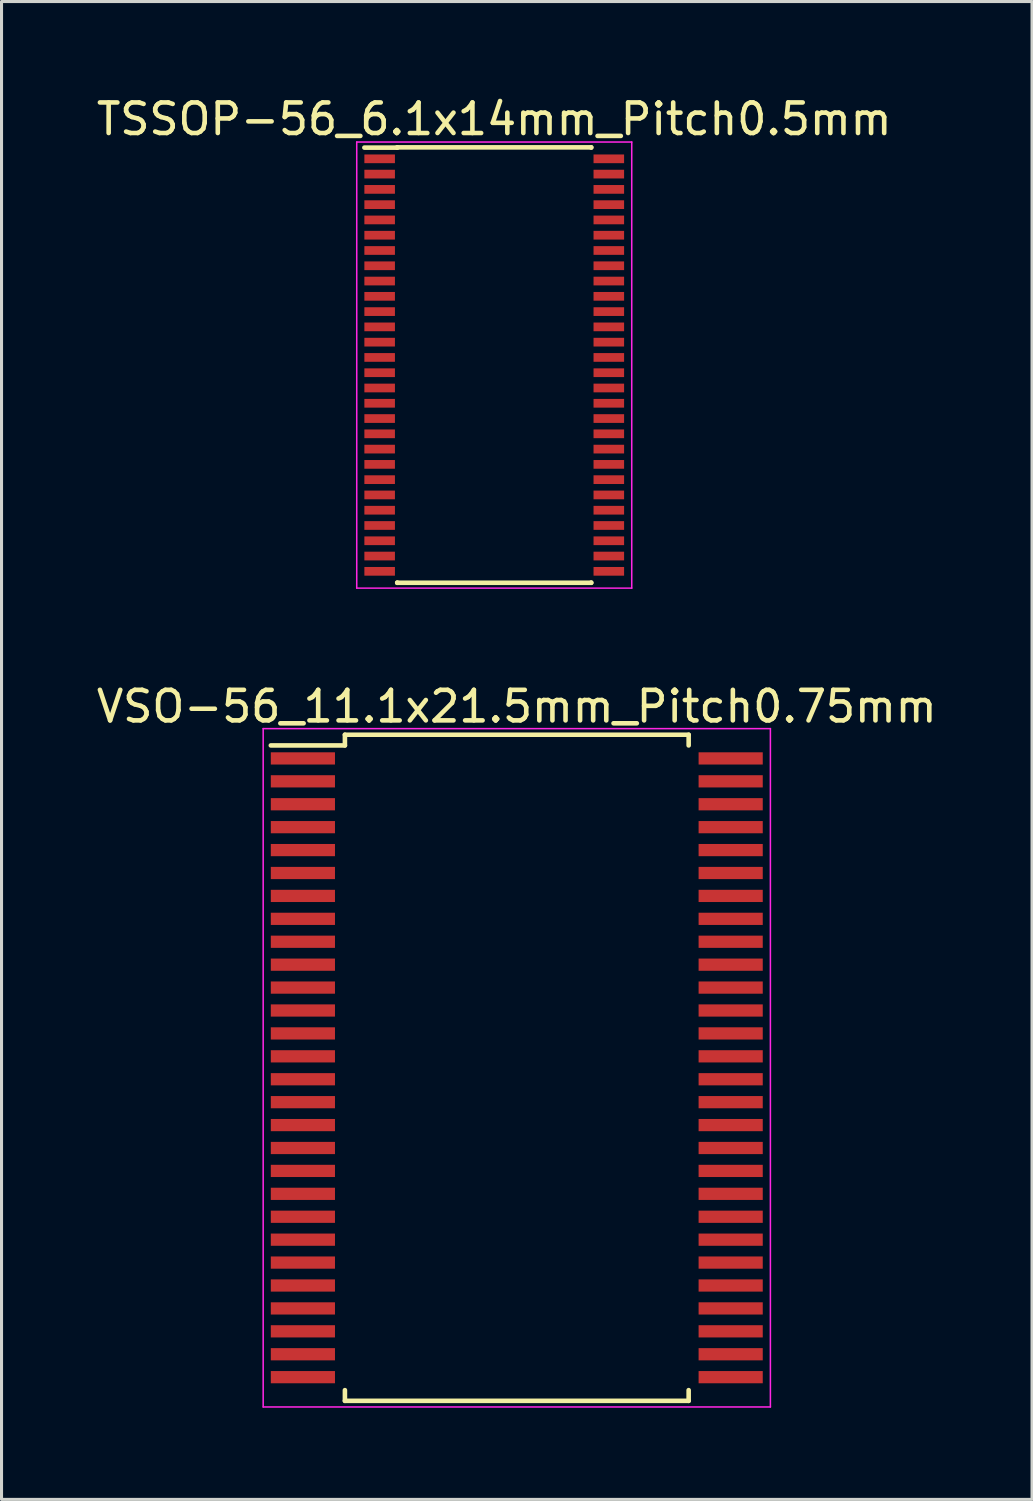
<source format=kicad_pcb>
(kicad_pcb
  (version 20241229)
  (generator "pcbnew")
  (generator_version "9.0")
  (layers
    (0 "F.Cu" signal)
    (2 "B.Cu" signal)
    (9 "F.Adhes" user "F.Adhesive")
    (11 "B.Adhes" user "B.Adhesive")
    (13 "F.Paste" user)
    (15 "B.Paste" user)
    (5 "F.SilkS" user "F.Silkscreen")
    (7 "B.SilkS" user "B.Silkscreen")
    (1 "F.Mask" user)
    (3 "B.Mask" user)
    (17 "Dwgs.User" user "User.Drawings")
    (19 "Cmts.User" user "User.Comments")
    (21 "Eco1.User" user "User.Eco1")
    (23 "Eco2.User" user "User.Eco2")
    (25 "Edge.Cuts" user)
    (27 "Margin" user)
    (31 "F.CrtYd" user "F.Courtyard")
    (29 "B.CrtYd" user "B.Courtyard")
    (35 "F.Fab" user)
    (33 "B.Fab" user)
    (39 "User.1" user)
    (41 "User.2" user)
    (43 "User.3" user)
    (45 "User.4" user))
  (footprint "VSO-56_11.1x21.5mm_Pitch0.75mm"
    (layer "F.Cu")
    (at 13.863 31.896)
    (property "Reference" "VSO-56_11.1x21.5mm_Pitch0.75mm" (at 0 -11.825 0) (layer "F.SilkS") (effects (font (size 1 1) (thickness 0.15))))
    (attr smd)
    (fp_line (start -5.625 -10.9) (end -5.625 -10.55) (stroke (width 0.15) (type solid)) (layer "F.SilkS"))
    (fp_line (start -5.625 -10.9) (end 5.625 -10.9) (stroke (width 0.15) (type solid)) (layer "F.SilkS"))
    (fp_line (start -5.625 -10.55) (end -8.05 -10.55) (stroke (width 0.15) (type solid)) (layer "F.SilkS"))
    (fp_line (start -5.625 10.9) (end -5.625 10.55) (stroke (width 0.15) (type solid)) (layer "F.SilkS"))
    (fp_line (start -5.625 10.9) (end 5.625 10.9) (stroke (width 0.15) (type solid)) (layer "F.SilkS"))
    (fp_line (start 5.625 -10.9) (end 5.625 -10.55) (stroke (width 0.15) (type solid)) (layer "F.SilkS"))
    (fp_line (start 5.625 10.9) (end 5.625 10.55) (stroke (width 0.15) (type solid)) (layer "F.SilkS"))
    (fp_line (start -8.3 -11.1) (end -8.3 11.1) (stroke (width 0.05) (type solid)) (layer "F.CrtYd"))
    (fp_line (start -8.3 -11.1) (end 8.3 -11.1) (stroke (width 0.05) (type solid)) (layer "F.CrtYd"))
    (fp_line (start -8.3 11.1) (end 8.3 11.1) (stroke (width 0.05) (type solid)) (layer "F.CrtYd"))
    (fp_line (start 8.3 -11.1) (end 8.3 11.1) (stroke (width 0.05) (type solid)) (layer "F.CrtYd"))
    (pad "1" smd rect (at -7 -10.125) (size 2.1 0.4) (layers "F.Cu" "F.Mask" "F.Paste"))
    (pad "2" smd rect (at -7 -9.375) (size 2.1 0.4) (layers "F.Cu" "F.Mask" "F.Paste"))
    (pad "3" smd rect (at -7 -8.625) (size 2.1 0.4) (layers "F.Cu" "F.Mask" "F.Paste"))
    (pad "4" smd rect (at -7 -7.875) (size 2.1 0.4) (layers "F.Cu" "F.Mask" "F.Paste"))
    (pad "5" smd rect (at -7 -7.125) (size 2.1 0.4) (layers "F.Cu" "F.Mask" "F.Paste"))
    (pad "6" smd rect (at -7 -6.375) (size 2.1 0.4) (layers "F.Cu" "F.Mask" "F.Paste"))
    (pad "7" smd rect (at -7 -5.625) (size 2.1 0.4) (layers "F.Cu" "F.Mask" "F.Paste"))
    (pad "8" smd rect (at -7 -4.875) (size 2.1 0.4) (layers "F.Cu" "F.Mask" "F.Paste"))
    (pad "9" smd rect (at -7 -4.125) (size 2.1 0.4) (layers "F.Cu" "F.Mask" "F.Paste"))
    (pad "10" smd rect (at -7 -3.375) (size 2.1 0.4) (layers "F.Cu" "F.Mask" "F.Paste"))
    (pad "11" smd rect (at -7 -2.625) (size 2.1 0.4) (layers "F.Cu" "F.Mask" "F.Paste"))
    (pad "12" smd rect (at -7 -1.875) (size 2.1 0.4) (layers "F.Cu" "F.Mask" "F.Paste"))
    (pad "13" smd rect (at -7 -1.125) (size 2.1 0.4) (layers "F.Cu" "F.Mask" "F.Paste"))
    (pad "14" smd rect (at -7 -0.375) (size 2.1 0.4) (layers "F.Cu" "F.Mask" "F.Paste"))
    (pad "15" smd rect (at -7 0.375) (size 2.1 0.4) (layers "F.Cu" "F.Mask" "F.Paste"))
    (pad "16" smd rect (at -7 1.125) (size 2.1 0.4) (layers "F.Cu" "F.Mask" "F.Paste"))
    (pad "17" smd rect (at -7 1.875) (size 2.1 0.4) (layers "F.Cu" "F.Mask" "F.Paste"))
    (pad "18" smd rect (at -7 2.625) (size 2.1 0.4) (layers "F.Cu" "F.Mask" "F.Paste"))
    (pad "19" smd rect (at -7 3.375) (size 2.1 0.4) (layers "F.Cu" "F.Mask" "F.Paste"))
    (pad "20" smd rect (at -7 4.125) (size 2.1 0.4) (layers "F.Cu" "F.Mask" "F.Paste"))
    (pad "21" smd rect (at -7 4.875) (size 2.1 0.4) (layers "F.Cu" "F.Mask" "F.Paste"))
    (pad "22" smd rect (at -7 5.625) (size 2.1 0.4) (layers "F.Cu" "F.Mask" "F.Paste"))
    (pad "23" smd rect (at -7 6.375) (size 2.1 0.4) (layers "F.Cu" "F.Mask" "F.Paste"))
    (pad "24" smd rect (at -7 7.125) (size 2.1 0.4) (layers "F.Cu" "F.Mask" "F.Paste"))
    (pad "25" smd rect (at -7 7.875) (size 2.1 0.4) (layers "F.Cu" "F.Mask" "F.Paste"))
    (pad "26" smd rect (at -7 8.625) (size 2.1 0.4) (layers "F.Cu" "F.Mask" "F.Paste"))
    (pad "27" smd rect (at -7 9.375) (size 2.1 0.4) (layers "F.Cu" "F.Mask" "F.Paste"))
    (pad "28" smd rect (at -7 10.125) (size 2.1 0.4) (layers "F.Cu" "F.Mask" "F.Paste"))
    (pad "29" smd rect (at 7 10.125) (size 2.1 0.4) (layers "F.Cu" "F.Mask" "F.Paste"))
    (pad "30" smd rect (at 7 9.375) (size 2.1 0.4) (layers "F.Cu" "F.Mask" "F.Paste"))
    (pad "31" smd rect (at 7 8.625) (size 2.1 0.4) (layers "F.Cu" "F.Mask" "F.Paste"))
    (pad "32" smd rect (at 7 7.875) (size 2.1 0.4) (layers "F.Cu" "F.Mask" "F.Paste"))
    (pad "33" smd rect (at 7 7.125) (size 2.1 0.4) (layers "F.Cu" "F.Mask" "F.Paste"))
    (pad "34" smd rect (at 7 6.375) (size 2.1 0.4) (layers "F.Cu" "F.Mask" "F.Paste"))
    (pad "35" smd rect (at 7 5.625) (size 2.1 0.4) (layers "F.Cu" "F.Mask" "F.Paste"))
    (pad "36" smd rect (at 7 4.875) (size 2.1 0.4) (layers "F.Cu" "F.Mask" "F.Paste"))
    (pad "37" smd rect (at 7 4.125) (size 2.1 0.4) (layers "F.Cu" "F.Mask" "F.Paste"))
    (pad "38" smd rect (at 7 3.375) (size 2.1 0.4) (layers "F.Cu" "F.Mask" "F.Paste"))
    (pad "39" smd rect (at 7 2.625) (size 2.1 0.4) (layers "F.Cu" "F.Mask" "F.Paste"))
    (pad "40" smd rect (at 7 1.875) (size 2.1 0.4) (layers "F.Cu" "F.Mask" "F.Paste"))
    (pad "41" smd rect (at 7 1.125) (size 2.1 0.4) (layers "F.Cu" "F.Mask" "F.Paste"))
    (pad "42" smd rect (at 7 0.375) (size 2.1 0.4) (layers "F.Cu" "F.Mask" "F.Paste"))
    (pad "43" smd rect (at 7 -0.375) (size 2.1 0.4) (layers "F.Cu" "F.Mask" "F.Paste"))
    (pad "44" smd rect (at 7 -1.125) (size 2.1 0.4) (layers "F.Cu" "F.Mask" "F.Paste"))
    (pad "45" smd rect (at 7 -1.875) (size 2.1 0.4) (layers "F.Cu" "F.Mask" "F.Paste"))
    (pad "46" smd rect (at 7 -2.625) (size 2.1 0.4) (layers "F.Cu" "F.Mask" "F.Paste"))
    (pad "47" smd rect (at 7 -3.375) (size 2.1 0.4) (layers "F.Cu" "F.Mask" "F.Paste"))
    (pad "48" smd rect (at 7 -4.125) (size 2.1 0.4) (layers "F.Cu" "F.Mask" "F.Paste"))
    (pad "49" smd rect (at 7 -4.875) (size 2.1 0.4) (layers "F.Cu" "F.Mask" "F.Paste"))
    (pad "50" smd rect (at 7 -5.625) (size 2.1 0.4) (layers "F.Cu" "F.Mask" "F.Paste"))
    (pad "51" smd rect (at 7 -6.375) (size 2.1 0.4) (layers "F.Cu" "F.Mask" "F.Paste"))
    (pad "52" smd rect (at 7 -7.125) (size 2.1 0.4) (layers "F.Cu" "F.Mask" "F.Paste"))
    (pad "53" smd rect (at 7 -7.875) (size 2.1 0.4) (layers "F.Cu" "F.Mask" "F.Paste"))
    (pad "54" smd rect (at 7 -8.625) (size 2.1 0.4) (layers "F.Cu" "F.Mask" "F.Paste"))
    (pad "55" smd rect (at 7 -9.375) (size 2.1 0.4) (layers "F.Cu" "F.Mask" "F.Paste"))
    (pad "56" smd rect (at 7 -10.125) (size 2.1 0.4) (layers "F.Cu" "F.Mask" "F.Paste")))
  (footprint "TSSOP-56_6.1x14mm_Pitch0.5mm"
    (layer "F.Cu")
    (at 13.125 8.898)
    (property "Reference" "TSSOP-56_6.1x14mm_Pitch0.5mm" (at 0 -8.05 0) (layer "F.SilkS") (effects (font (size 1 1) (thickness 0.15))))
    (attr smd)
    (fp_line (start -3.175 -7.125) (end -3.175 -7.117) (stroke (width 0.15) (type solid)) (layer "F.SilkS"))
    (fp_line (start -3.175 -7.125) (end 3.175 -7.125) (stroke (width 0.15) (type solid)) (layer "F.SilkS"))
    (fp_line (start -3.175 -7.117) (end -4.25 -7.117) (stroke (width 0.15) (type solid)) (layer "F.SilkS"))
    (fp_line (start -3.175 7.125) (end -3.175 7.117) (stroke (width 0.15) (type solid)) (layer "F.SilkS"))
    (fp_line (start -3.175 7.125) (end 3.175 7.125) (stroke (width 0.15) (type solid)) (layer "F.SilkS"))
    (fp_line (start 3.175 -7.125) (end 3.175 -7.117) (stroke (width 0.15) (type solid)) (layer "F.SilkS"))
    (fp_line (start 3.175 7.125) (end 3.175 7.117) (stroke (width 0.15) (type solid)) (layer "F.SilkS"))
    (fp_line (start -4.5 -7.3) (end -4.5 7.3) (stroke (width 0.05) (type solid)) (layer "F.CrtYd"))
    (fp_line (start -4.5 -7.3) (end 4.5 -7.3) (stroke (width 0.05) (type solid)) (layer "F.CrtYd"))
    (fp_line (start -4.5 7.3) (end 4.5 7.3) (stroke (width 0.05) (type solid)) (layer "F.CrtYd"))
    (fp_line (start 4.5 -7.3) (end 4.5 7.3) (stroke (width 0.05) (type solid)) (layer "F.CrtYd"))
    (pad "1" smd rect (at -3.75 -6.75) (size 1 0.285) (layers "F.Cu" "F.Mask" "F.Paste"))
    (pad "2" smd rect (at -3.75 -6.25) (size 1 0.285) (layers "F.Cu" "F.Mask" "F.Paste"))
    (pad "3" smd rect (at -3.75 -5.75) (size 1 0.285) (layers "F.Cu" "F.Mask" "F.Paste"))
    (pad "4" smd rect (at -3.75 -5.25) (size 1 0.285) (layers "F.Cu" "F.Mask" "F.Paste"))
    (pad "5" smd rect (at -3.75 -4.75) (size 1 0.285) (layers "F.Cu" "F.Mask" "F.Paste"))
    (pad "6" smd rect (at -3.75 -4.25) (size 1 0.285) (layers "F.Cu" "F.Mask" "F.Paste"))
    (pad "7" smd rect (at -3.75 -3.75) (size 1 0.285) (layers "F.Cu" "F.Mask" "F.Paste"))
    (pad "8" smd rect (at -3.75 -3.25) (size 1 0.285) (layers "F.Cu" "F.Mask" "F.Paste"))
    (pad "9" smd rect (at -3.75 -2.75) (size 1 0.285) (layers "F.Cu" "F.Mask" "F.Paste"))
    (pad "10" smd rect (at -3.75 -2.25) (size 1 0.285) (layers "F.Cu" "F.Mask" "F.Paste"))
    (pad "11" smd rect (at -3.75 -1.75) (size 1 0.285) (layers "F.Cu" "F.Mask" "F.Paste"))
    (pad "12" smd rect (at -3.75 -1.25) (size 1 0.285) (layers "F.Cu" "F.Mask" "F.Paste"))
    (pad "13" smd rect (at -3.75 -0.75) (size 1 0.285) (layers "F.Cu" "F.Mask" "F.Paste"))
    (pad "14" smd rect (at -3.75 -0.25) (size 1 0.285) (layers "F.Cu" "F.Mask" "F.Paste"))
    (pad "15" smd rect (at -3.75 0.25) (size 1 0.285) (layers "F.Cu" "F.Mask" "F.Paste"))
    (pad "16" smd rect (at -3.75 0.75) (size 1 0.285) (layers "F.Cu" "F.Mask" "F.Paste"))
    (pad "17" smd rect (at -3.75 1.25) (size 1 0.285) (layers "F.Cu" "F.Mask" "F.Paste"))
    (pad "18" smd rect (at -3.75 1.75) (size 1 0.285) (layers "F.Cu" "F.Mask" "F.Paste"))
    (pad "19" smd rect (at -3.75 2.25) (size 1 0.285) (layers "F.Cu" "F.Mask" "F.Paste"))
    (pad "20" smd rect (at -3.75 2.75) (size 1 0.285) (layers "F.Cu" "F.Mask" "F.Paste"))
    (pad "21" smd rect (at -3.75 3.25) (size 1 0.285) (layers "F.Cu" "F.Mask" "F.Paste"))
    (pad "22" smd rect (at -3.75 3.75) (size 1 0.285) (layers "F.Cu" "F.Mask" "F.Paste"))
    (pad "23" smd rect (at -3.75 4.25) (size 1 0.285) (layers "F.Cu" "F.Mask" "F.Paste"))
    (pad "24" smd rect (at -3.75 4.75) (size 1 0.285) (layers "F.Cu" "F.Mask" "F.Paste"))
    (pad "25" smd rect (at -3.75 5.25) (size 1 0.285) (layers "F.Cu" "F.Mask" "F.Paste"))
    (pad "26" smd rect (at -3.75 5.75) (size 1 0.285) (layers "F.Cu" "F.Mask" "F.Paste"))
    (pad "27" smd rect (at -3.75 6.25) (size 1 0.285) (layers "F.Cu" "F.Mask" "F.Paste"))
    (pad "28" smd rect (at -3.75 6.75) (size 1 0.285) (layers "F.Cu" "F.Mask" "F.Paste"))
    (pad "29" smd rect (at 3.75 6.75) (size 1 0.285) (layers "F.Cu" "F.Mask" "F.Paste"))
    (pad "30" smd rect (at 3.75 6.25) (size 1 0.285) (layers "F.Cu" "F.Mask" "F.Paste"))
    (pad "31" smd rect (at 3.75 5.75) (size 1 0.285) (layers "F.Cu" "F.Mask" "F.Paste"))
    (pad "32" smd rect (at 3.75 5.25) (size 1 0.285) (layers "F.Cu" "F.Mask" "F.Paste"))
    (pad "33" smd rect (at 3.75 4.75) (size 1 0.285) (layers "F.Cu" "F.Mask" "F.Paste"))
    (pad "34" smd rect (at 3.75 4.25) (size 1 0.285) (layers "F.Cu" "F.Mask" "F.Paste"))
    (pad "35" smd rect (at 3.75 3.75) (size 1 0.285) (layers "F.Cu" "F.Mask" "F.Paste"))
    (pad "36" smd rect (at 3.75 3.25) (size 1 0.285) (layers "F.Cu" "F.Mask" "F.Paste"))
    (pad "37" smd rect (at 3.75 2.75) (size 1 0.285) (layers "F.Cu" "F.Mask" "F.Paste"))
    (pad "38" smd rect (at 3.75 2.25) (size 1 0.285) (layers "F.Cu" "F.Mask" "F.Paste"))
    (pad "39" smd rect (at 3.75 1.75) (size 1 0.285) (layers "F.Cu" "F.Mask" "F.Paste"))
    (pad "40" smd rect (at 3.75 1.25) (size 1 0.285) (layers "F.Cu" "F.Mask" "F.Paste"))
    (pad "41" smd rect (at 3.75 0.75) (size 1 0.285) (layers "F.Cu" "F.Mask" "F.Paste"))
    (pad "42" smd rect (at 3.75 0.25) (size 1 0.285) (layers "F.Cu" "F.Mask" "F.Paste"))
    (pad "43" smd rect (at 3.75 -0.25) (size 1 0.285) (layers "F.Cu" "F.Mask" "F.Paste"))
    (pad "44" smd rect (at 3.75 -0.75) (size 1 0.285) (layers "F.Cu" "F.Mask" "F.Paste"))
    (pad "45" smd rect (at 3.75 -1.25) (size 1 0.285) (layers "F.Cu" "F.Mask" "F.Paste"))
    (pad "46" smd rect (at 3.75 -1.75) (size 1 0.285) (layers "F.Cu" "F.Mask" "F.Paste"))
    (pad "47" smd rect (at 3.75 -2.25) (size 1 0.285) (layers "F.Cu" "F.Mask" "F.Paste"))
    (pad "48" smd rect (at 3.75 -2.75) (size 1 0.285) (layers "F.Cu" "F.Mask" "F.Paste"))
    (pad "49" smd rect (at 3.75 -3.25) (size 1 0.285) (layers "F.Cu" "F.Mask" "F.Paste"))
    (pad "50" smd rect (at 3.75 -3.75) (size 1 0.285) (layers "F.Cu" "F.Mask" "F.Paste"))
    (pad "51" smd rect (at 3.75 -4.25) (size 1 0.285) (layers "F.Cu" "F.Mask" "F.Paste"))
    (pad "52" smd rect (at 3.75 -4.75) (size 1 0.285) (layers "F.Cu" "F.Mask" "F.Paste"))
    (pad "53" smd rect (at 3.75 -5.25) (size 1 0.285) (layers "F.Cu" "F.Mask" "F.Paste"))
    (pad "54" smd rect (at 3.75 -5.75) (size 1 0.285) (layers "F.Cu" "F.Mask" "F.Paste"))
    (pad "55" smd rect (at 3.75 -6.25) (size 1 0.285) (layers "F.Cu" "F.Mask" "F.Paste"))
    (pad "56" smd rect (at 3.75 -6.75) (size 1 0.285) (layers "F.Cu" "F.Mask" "F.Paste")))
  (gr_rect
    (start -3 -3)
    (end 30.726 46.022)
    (stroke (width 0.1) (type default))
    (fill no)
    (layer "Edge.Cuts")))
</source>
